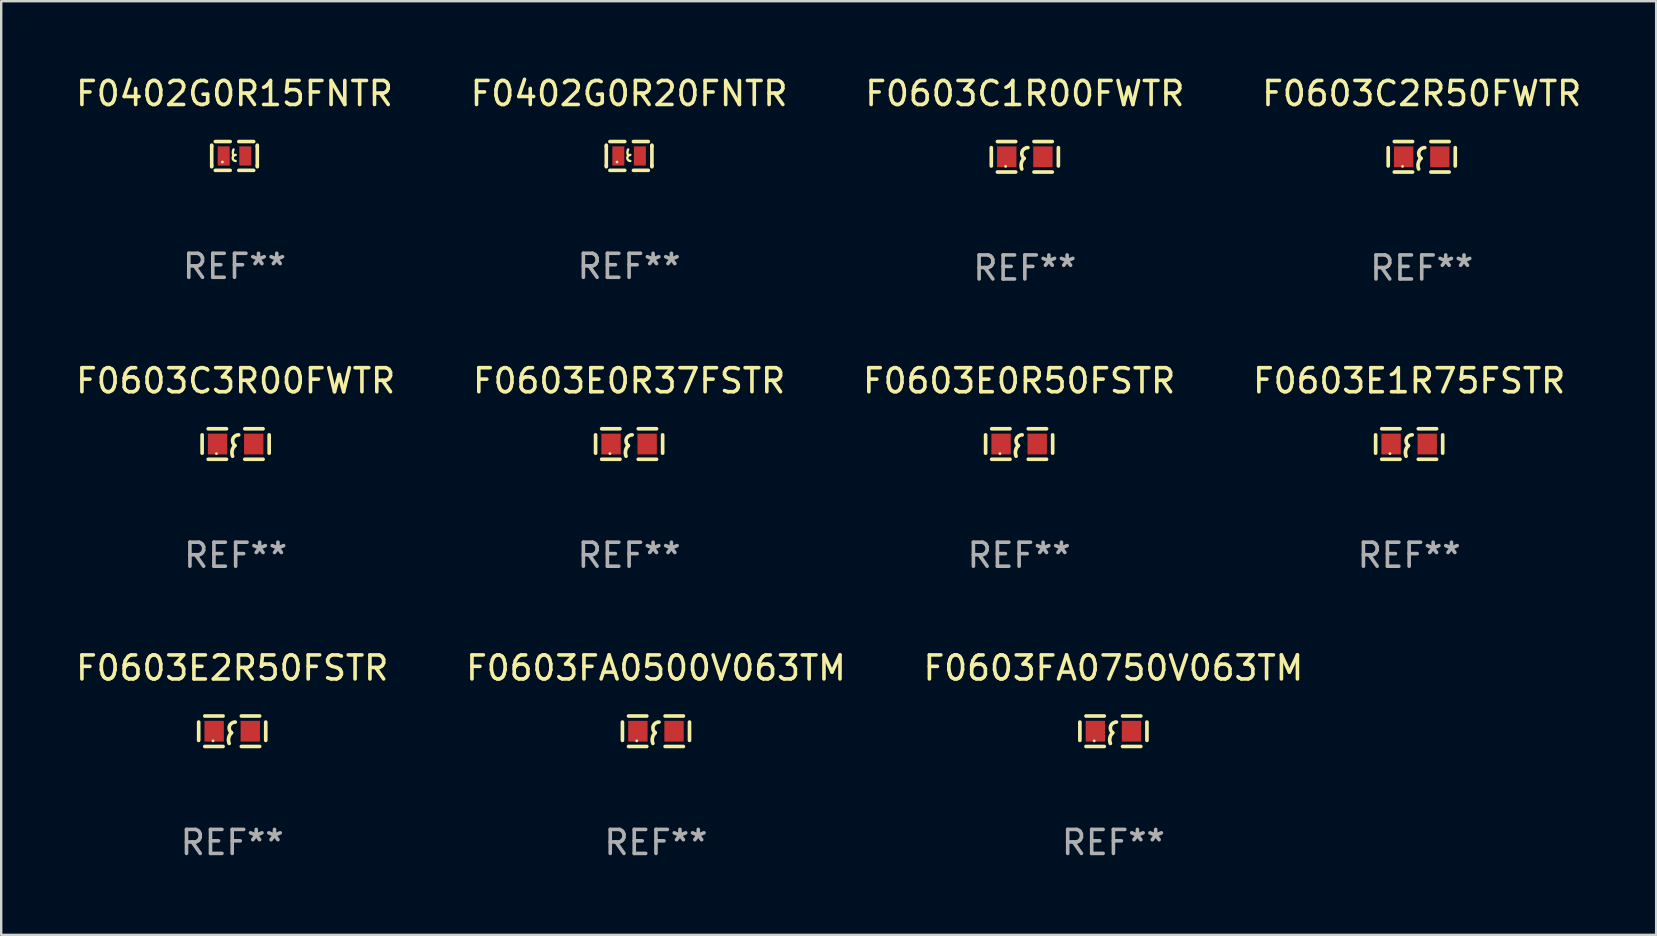
<source format=kicad_pcb>
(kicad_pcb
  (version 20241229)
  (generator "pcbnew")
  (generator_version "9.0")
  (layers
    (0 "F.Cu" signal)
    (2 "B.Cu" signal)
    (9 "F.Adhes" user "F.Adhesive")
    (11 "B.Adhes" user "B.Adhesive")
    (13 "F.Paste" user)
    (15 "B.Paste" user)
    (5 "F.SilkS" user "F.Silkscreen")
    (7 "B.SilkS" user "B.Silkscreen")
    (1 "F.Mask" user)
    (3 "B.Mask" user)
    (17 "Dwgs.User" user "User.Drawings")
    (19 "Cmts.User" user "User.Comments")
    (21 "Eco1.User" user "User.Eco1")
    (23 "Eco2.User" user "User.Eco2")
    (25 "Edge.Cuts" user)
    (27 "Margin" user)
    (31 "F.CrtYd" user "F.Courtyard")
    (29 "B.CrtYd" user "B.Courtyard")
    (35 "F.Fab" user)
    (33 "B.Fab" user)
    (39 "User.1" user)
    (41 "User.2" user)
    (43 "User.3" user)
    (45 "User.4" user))
  (footprint "F0402G0R15FNTR"
    (layer "F.Cu")
    (at 6.72 3.448)
    (property "Reference" "F0402G0R15FNTR" (at 0 -2.6 0) (layer "F.SilkS") (effects (font (size 1 1) (thickness 0.15))))
    (attr through_hole)
    (fp_line (start -0.95 -0.45) (end -0.95 -0.4) (stroke (width 0.15) (type solid)) (layer "F.SilkS"))
    (fp_line (start -0.95 -0.4) (end -0.95 0.4) (stroke (width 0.15) (type solid)) (layer "F.SilkS"))
    (fp_line (start -0.95 0.45) (end -0.95 0.4) (stroke (width 0.15) (type solid)) (layer "F.SilkS"))
    (fp_line (start -0.18 -0.6) (end -0.8 -0.6) (stroke (width 0.15) (type solid)) (layer "F.SilkS"))
    (fp_line (start -0.18 0.6) (end -0.8 0.6) (stroke (width 0.15) (type solid)) (layer "F.SilkS"))
    (fp_line (start 0.18 -0.6) (end 0.8 -0.6) (stroke (width 0.15) (type solid)) (layer "F.SilkS"))
    (fp_line (start 0.18 0.6) (end 0.8 0.6) (stroke (width 0.15) (type solid)) (layer "F.SilkS"))
    (fp_line (start 0.95 -0.45) (end 0.95 -0.4) (stroke (width 0.15) (type solid)) (layer "F.SilkS"))
    (fp_line (start 0.95 -0.4) (end 0.95 0.4) (stroke (width 0.15) (type solid)) (layer "F.SilkS"))
    (fp_line (start 0.95 0.45) (end 0.95 0.4) (stroke (width 0.15) (type solid)) (layer "F.SilkS"))
    (fp_arc (start -0.039942 -0.016052) (mid -0.069923 -0.143053) (end -0.039942 -0.270053) (stroke (width 0.1) (type solid)) (layer "F.SilkS"))
    (fp_arc (start 0.050076 0.209957) (mid -0.076924 0.082957) (end 0.050076 -0.044043) (stroke (width 0.1) (type solid)) (layer "F.SilkS"))
    (fp_circle (center -0.505 0.253) (end -0.475 0.253) (stroke (width 0.06) (type solid)) (fill no) (layer "F.SilkS"))
    (fp_text user "REF**" (at 0 4.6 0) (layer "F.Fab") (effects (font (size 1 1) (thickness 0.15))))
    (pad "1" smd rect (at -0.45 -0.000051) (size 0.5 0.8) (layers "F.Cu" "F.Mask" "F.Paste"))
    (pad "2" smd rect (at 0.45 -0.000051) (size 0.5 0.8) (layers "F.Cu" "F.Mask" "F.Paste")))
  (footprint "F0603C2R50FWTR"
    (layer "F.Cu")
    (at 56.185 3.483)
    (property "Reference" "F0603C2R50FWTR" (at 0 -2.635 0) (layer "F.SilkS") (effects (font (size 1 1) (thickness 0.15))))
    (attr through_hole)
    (fp_line (start -1.397 -0.381) (end -1.397 0.381) (stroke (width 0.152) (type solid)) (layer "F.SilkS"))
    (fp_line (start -0.381 -0.635) (end -1.143 -0.635) (stroke (width 0.152) (type solid)) (layer "F.SilkS"))
    (fp_line (start -0.381 0.635) (end -1.143 0.635) (stroke (width 0.152) (type solid)) (layer "F.SilkS"))
    (fp_line (start 0.381 -0.635) (end 1.143 -0.635) (stroke (width 0.152) (type solid)) (layer "F.SilkS"))
    (fp_line (start 0.381 0.635) (end 1.143 0.635) (stroke (width 0.152) (type solid)) (layer "F.SilkS"))
    (fp_line (start 1.397 -0.381) (end 1.397 0.381) (stroke (width 0.152) (type solid)) (layer "F.SilkS"))
    (fp_arc (start -0.127 0.508001) (mid -0.146523 0.271131) (end -0.030861 0.0635) (stroke (width 0.151994) (type solid)) (layer "F.SilkS"))
    (fp_arc (start -0.03175 0.0635) (mid -0.113571 -0.216321) (end 0.127001 -0.381002) (stroke (width 0.151994) (type solid)) (layer "F.SilkS"))
    (fp_circle (center -0.8 0.4) (end -0.77 0.4) (stroke (width 0.06) (type solid)) (fill no) (layer "F.SilkS"))
    (fp_text user "REF**" (at 0 4.635 0) (layer "F.Fab") (effects (font (size 1 1) (thickness 0.15))))
    (pad "1" smd rect (at -0.753 0) (size 0.806 0.864) (layers "F.Cu" "F.Mask" "F.Paste"))
    (pad "2" smd rect (at 0.753 0) (size 0.806 0.864) (layers "F.Cu" "F.Mask" "F.Paste")))
  (footprint "F0603E0R37FSTR"
    (layer "F.Cu")
    (at 23.161 15.45)
    (property "Reference" "F0603E0R37FSTR" (at 0 -2.635 0) (layer "F.SilkS") (effects (font (size 1 1) (thickness 0.15))))
    (attr through_hole)
    (fp_line (start -1.397 -0.381) (end -1.397 0.381) (stroke (width 0.152) (type solid)) (layer "F.SilkS"))
    (fp_line (start -0.381 -0.635) (end -1.143 -0.635) (stroke (width 0.152) (type solid)) (layer "F.SilkS"))
    (fp_line (start -0.381 0.635) (end -1.143 0.635) (stroke (width 0.152) (type solid)) (layer "F.SilkS"))
    (fp_line (start 0.381 -0.635) (end 1.143 -0.635) (stroke (width 0.152) (type solid)) (layer "F.SilkS"))
    (fp_line (start 0.381 0.635) (end 1.143 0.635) (stroke (width 0.152) (type solid)) (layer "F.SilkS"))
    (fp_line (start 1.397 -0.381) (end 1.397 0.381) (stroke (width 0.152) (type solid)) (layer "F.SilkS"))
    (fp_arc (start -0.127 0.508001) (mid -0.146523 0.271131) (end -0.030861 0.0635) (stroke (width 0.151994) (type solid)) (layer "F.SilkS"))
    (fp_arc (start -0.03175 0.0635) (mid -0.113571 -0.216321) (end 0.127001 -0.381002) (stroke (width 0.151994) (type solid)) (layer "F.SilkS"))
    (fp_circle (center -0.8 0.4) (end -0.77 0.4) (stroke (width 0.06) (type solid)) (fill no) (layer "F.SilkS"))
    (fp_text user "REF**" (at 0 4.635 0) (layer "F.Fab") (effects (font (size 1 1) (thickness 0.15))))
    (pad "1" smd rect (at -0.753 0) (size 0.806 0.864) (layers "F.Cu" "F.Mask" "F.Paste"))
    (pad "2" smd rect (at 0.753 0) (size 0.806 0.864) (layers "F.Cu" "F.Mask" "F.Paste")))
  (footprint "F0603C3R00FWTR"
    (layer "F.Cu")
    (at 6.768 15.45)
    (property "Reference" "F0603C3R00FWTR" (at 0 -2.635 0) (layer "F.SilkS") (effects (font (size 1 1) (thickness 0.15))))
    (attr through_hole)
    (fp_line (start -1.397 -0.381) (end -1.397 0.381) (stroke (width 0.152) (type solid)) (layer "F.SilkS"))
    (fp_line (start -0.381 -0.635) (end -1.143 -0.635) (stroke (width 0.152) (type solid)) (layer "F.SilkS"))
    (fp_line (start -0.381 0.635) (end -1.143 0.635) (stroke (width 0.152) (type solid)) (layer "F.SilkS"))
    (fp_line (start 0.381 -0.635) (end 1.143 -0.635) (stroke (width 0.152) (type solid)) (layer "F.SilkS"))
    (fp_line (start 0.381 0.635) (end 1.143 0.635) (stroke (width 0.152) (type solid)) (layer "F.SilkS"))
    (fp_line (start 1.397 -0.381) (end 1.397 0.381) (stroke (width 0.152) (type solid)) (layer "F.SilkS"))
    (fp_arc (start -0.127 0.508001) (mid -0.146523 0.271131) (end -0.030861 0.0635) (stroke (width 0.151994) (type solid)) (layer "F.SilkS"))
    (fp_arc (start -0.03175 0.0635) (mid -0.113571 -0.216321) (end 0.127001 -0.381002) (stroke (width 0.151994) (type solid)) (layer "F.SilkS"))
    (fp_circle (center -0.8 0.4) (end -0.77 0.4) (stroke (width 0.06) (type solid)) (fill no) (layer "F.SilkS"))
    (fp_text user "REF**" (at 0 4.635 0) (layer "F.Fab") (effects (font (size 1 1) (thickness 0.15))))
    (pad "1" smd rect (at -0.753 0) (size 0.806 0.864) (layers "F.Cu" "F.Mask" "F.Paste"))
    (pad "2" smd rect (at 0.753 0) (size 0.806 0.864) (layers "F.Cu" "F.Mask" "F.Paste")))
  (footprint "F0603E1R75FSTR"
    (layer "F.Cu")
    (at 55.661 15.45)
    (property "Reference" "F0603E1R75FSTR" (at 0 -2.635 0) (layer "F.SilkS") (effects (font (size 1 1) (thickness 0.15))))
    (attr through_hole)
    (fp_line (start -1.397 -0.381) (end -1.397 0.381) (stroke (width 0.152) (type solid)) (layer "F.SilkS"))
    (fp_line (start -0.381 -0.635) (end -1.143 -0.635) (stroke (width 0.152) (type solid)) (layer "F.SilkS"))
    (fp_line (start -0.381 0.635) (end -1.143 0.635) (stroke (width 0.152) (type solid)) (layer "F.SilkS"))
    (fp_line (start 0.381 -0.635) (end 1.143 -0.635) (stroke (width 0.152) (type solid)) (layer "F.SilkS"))
    (fp_line (start 0.381 0.635) (end 1.143 0.635) (stroke (width 0.152) (type solid)) (layer "F.SilkS"))
    (fp_line (start 1.397 -0.381) (end 1.397 0.381) (stroke (width 0.152) (type solid)) (layer "F.SilkS"))
    (fp_arc (start -0.127 0.508001) (mid -0.146523 0.271131) (end -0.030861 0.0635) (stroke (width 0.151994) (type solid)) (layer "F.SilkS"))
    (fp_arc (start -0.03175 0.0635) (mid -0.113571 -0.216321) (end 0.127001 -0.381002) (stroke (width 0.151994) (type solid)) (layer "F.SilkS"))
    (fp_circle (center -0.8 0.4) (end -0.77 0.4) (stroke (width 0.06) (type solid)) (fill no) (layer "F.SilkS"))
    (fp_text user "REF**" (at 0 4.635 0) (layer "F.Fab") (effects (font (size 1 1) (thickness 0.15))))
    (pad "1" smd rect (at -0.753 0) (size 0.806 0.864) (layers "F.Cu" "F.Mask" "F.Paste"))
    (pad "2" smd rect (at 0.753 0) (size 0.806 0.864) (layers "F.Cu" "F.Mask" "F.Paste")))
  (footprint "F0402G0R20FNTR"
    (layer "F.Cu")
    (at 23.161 3.448)
    (property "Reference" "F0402G0R20FNTR" (at 0 -2.6 0) (layer "F.SilkS") (effects (font (size 1 1) (thickness 0.15))))
    (attr through_hole)
    (fp_line (start -0.95 -0.45) (end -0.95 -0.4) (stroke (width 0.15) (type solid)) (layer "F.SilkS"))
    (fp_line (start -0.95 -0.4) (end -0.95 0.4) (stroke (width 0.15) (type solid)) (layer "F.SilkS"))
    (fp_line (start -0.95 0.45) (end -0.95 0.4) (stroke (width 0.15) (type solid)) (layer "F.SilkS"))
    (fp_line (start -0.18 -0.6) (end -0.8 -0.6) (stroke (width 0.15) (type solid)) (layer "F.SilkS"))
    (fp_line (start -0.18 0.6) (end -0.8 0.6) (stroke (width 0.15) (type solid)) (layer "F.SilkS"))
    (fp_line (start 0.18 -0.6) (end 0.8 -0.6) (stroke (width 0.15) (type solid)) (layer "F.SilkS"))
    (fp_line (start 0.18 0.6) (end 0.8 0.6) (stroke (width 0.15) (type solid)) (layer "F.SilkS"))
    (fp_line (start 0.95 -0.45) (end 0.95 -0.4) (stroke (width 0.15) (type solid)) (layer "F.SilkS"))
    (fp_line (start 0.95 -0.4) (end 0.95 0.4) (stroke (width 0.15) (type solid)) (layer "F.SilkS"))
    (fp_line (start 0.95 0.45) (end 0.95 0.4) (stroke (width 0.15) (type solid)) (layer "F.SilkS"))
    (fp_arc (start -0.039942 -0.016052) (mid -0.069923 -0.143053) (end -0.039942 -0.270053) (stroke (width 0.1) (type solid)) (layer "F.SilkS"))
    (fp_arc (start 0.050076 0.209957) (mid -0.076924 0.082957) (end 0.050076 -0.044043) (stroke (width 0.1) (type solid)) (layer "F.SilkS"))
    (fp_circle (center -0.505 0.253) (end -0.475 0.253) (stroke (width 0.06) (type solid)) (fill no) (layer "F.SilkS"))
    (fp_text user "REF**" (at 0 4.6 0) (layer "F.Fab") (effects (font (size 1 1) (thickness 0.15))))
    (pad "1" smd rect (at -0.45 -0.000051) (size 0.5 0.8) (layers "F.Cu" "F.Mask" "F.Paste"))
    (pad "2" smd rect (at 0.45 -0.000051) (size 0.5 0.8) (layers "F.Cu" "F.Mask" "F.Paste")))
  (footprint "F0603E2R50FSTR"
    (layer "F.Cu")
    (at 6.625 27.416)
    (property "Reference" "F0603E2R50FSTR" (at 0 -2.635 0) (layer "F.SilkS") (effects (font (size 1 1) (thickness 0.15))))
    (attr through_hole)
    (fp_line (start -1.397 -0.381) (end -1.397 0.381) (stroke (width 0.152) (type solid)) (layer "F.SilkS"))
    (fp_line (start -0.381 -0.635) (end -1.143 -0.635) (stroke (width 0.152) (type solid)) (layer "F.SilkS"))
    (fp_line (start -0.381 0.635) (end -1.143 0.635) (stroke (width 0.152) (type solid)) (layer "F.SilkS"))
    (fp_line (start 0.381 -0.635) (end 1.143 -0.635) (stroke (width 0.152) (type solid)) (layer "F.SilkS"))
    (fp_line (start 0.381 0.635) (end 1.143 0.635) (stroke (width 0.152) (type solid)) (layer "F.SilkS"))
    (fp_line (start 1.397 -0.381) (end 1.397 0.381) (stroke (width 0.152) (type solid)) (layer "F.SilkS"))
    (fp_arc (start -0.127 0.508001) (mid -0.146523 0.271131) (end -0.030861 0.0635) (stroke (width 0.151994) (type solid)) (layer "F.SilkS"))
    (fp_arc (start -0.03175 0.0635) (mid -0.113571 -0.216321) (end 0.127001 -0.381002) (stroke (width 0.151994) (type solid)) (layer "F.SilkS"))
    (fp_circle (center -0.8 0.4) (end -0.77 0.4) (stroke (width 0.06) (type solid)) (fill no) (layer "F.SilkS"))
    (fp_text user "REF**" (at 0 4.635 0) (layer "F.Fab") (effects (font (size 1 1) (thickness 0.15))))
    (pad "1" smd rect (at -0.753 0) (size 0.806 0.864) (layers "F.Cu" "F.Mask" "F.Paste"))
    (pad "2" smd rect (at 0.753 0) (size 0.806 0.864) (layers "F.Cu" "F.Mask" "F.Paste")))
  (footprint "F0603E0R50FSTR"
    (layer "F.Cu")
    (at 39.411 15.45)
    (property "Reference" "F0603E0R50FSTR" (at 0 -2.635 0) (layer "F.SilkS") (effects (font (size 1 1) (thickness 0.15))))
    (attr through_hole)
    (fp_line (start -1.397 -0.381) (end -1.397 0.381) (stroke (width 0.152) (type solid)) (layer "F.SilkS"))
    (fp_line (start -0.381 -0.635) (end -1.143 -0.635) (stroke (width 0.152) (type solid)) (layer "F.SilkS"))
    (fp_line (start -0.381 0.635) (end -1.143 0.635) (stroke (width 0.152) (type solid)) (layer "F.SilkS"))
    (fp_line (start 0.381 -0.635) (end 1.143 -0.635) (stroke (width 0.152) (type solid)) (layer "F.SilkS"))
    (fp_line (start 0.381 0.635) (end 1.143 0.635) (stroke (width 0.152) (type solid)) (layer "F.SilkS"))
    (fp_line (start 1.397 -0.381) (end 1.397 0.381) (stroke (width 0.152) (type solid)) (layer "F.SilkS"))
    (fp_arc (start -0.127 0.508001) (mid -0.146523 0.271131) (end -0.030861 0.0635) (stroke (width 0.151994) (type solid)) (layer "F.SilkS"))
    (fp_arc (start -0.03175 0.0635) (mid -0.113571 -0.216321) (end 0.127001 -0.381002) (stroke (width 0.151994) (type solid)) (layer "F.SilkS"))
    (fp_circle (center -0.8 0.4) (end -0.77 0.4) (stroke (width 0.06) (type solid)) (fill no) (layer "F.SilkS"))
    (fp_text user "REF**" (at 0 4.635 0) (layer "F.Fab") (effects (font (size 1 1) (thickness 0.15))))
    (pad "1" smd rect (at -0.753 0) (size 0.806 0.864) (layers "F.Cu" "F.Mask" "F.Paste"))
    (pad "2" smd rect (at 0.753 0) (size 0.806 0.864) (layers "F.Cu" "F.Mask" "F.Paste")))
  (footprint "F0603C1R00FWTR"
    (layer "F.Cu")
    (at 39.649 3.483)
    (property "Reference" "F0603C1R00FWTR" (at 0 -2.635 0) (layer "F.SilkS") (effects (font (size 1 1) (thickness 0.15))))
    (attr through_hole)
    (fp_line (start -1.397 -0.381) (end -1.397 0.381) (stroke (width 0.152) (type solid)) (layer "F.SilkS"))
    (fp_line (start -0.381 -0.635) (end -1.143 -0.635) (stroke (width 0.152) (type solid)) (layer "F.SilkS"))
    (fp_line (start -0.381 0.635) (end -1.143 0.635) (stroke (width 0.152) (type solid)) (layer "F.SilkS"))
    (fp_line (start 0.381 -0.635) (end 1.143 -0.635) (stroke (width 0.152) (type solid)) (layer "F.SilkS"))
    (fp_line (start 0.381 0.635) (end 1.143 0.635) (stroke (width 0.152) (type solid)) (layer "F.SilkS"))
    (fp_line (start 1.397 -0.381) (end 1.397 0.381) (stroke (width 0.152) (type solid)) (layer "F.SilkS"))
    (fp_arc (start -0.127 0.508001) (mid -0.146523 0.271131) (end -0.030861 0.0635) (stroke (width 0.151994) (type solid)) (layer "F.SilkS"))
    (fp_arc (start -0.03175 0.0635) (mid -0.113571 -0.216321) (end 0.127001 -0.381002) (stroke (width 0.151994) (type solid)) (layer "F.SilkS"))
    (fp_circle (center -0.8 0.4) (end -0.77 0.4) (stroke (width 0.06) (type solid)) (fill no) (layer "F.SilkS"))
    (fp_text user "REF**" (at 0 4.635 0) (layer "F.Fab") (effects (font (size 1 1) (thickness 0.15))))
    (pad "1" smd rect (at -0.753 0) (size 0.806 0.864) (layers "F.Cu" "F.Mask" "F.Paste"))
    (pad "2" smd rect (at 0.753 0) (size 0.806 0.864) (layers "F.Cu" "F.Mask" "F.Paste")))
  (footprint "F0603FA0750V063TM"
    (layer "F.Cu")
    (at 43.339 27.416)
    (property "Reference" "F0603FA0750V063TM" (at 0 -2.635 0) (layer "F.SilkS") (effects (font (size 1 1) (thickness 0.15))))
    (attr through_hole)
    (fp_line (start -1.397 -0.381) (end -1.397 0.381) (stroke (width 0.152) (type solid)) (layer "F.SilkS"))
    (fp_line (start -0.381 -0.635) (end -1.143 -0.635) (stroke (width 0.152) (type solid)) (layer "F.SilkS"))
    (fp_line (start -0.381 0.635) (end -1.143 0.635) (stroke (width 0.152) (type solid)) (layer "F.SilkS"))
    (fp_line (start 0.381 -0.635) (end 1.143 -0.635) (stroke (width 0.152) (type solid)) (layer "F.SilkS"))
    (fp_line (start 0.381 0.635) (end 1.143 0.635) (stroke (width 0.152) (type solid)) (layer "F.SilkS"))
    (fp_line (start 1.397 -0.381) (end 1.397 0.381) (stroke (width 0.152) (type solid)) (layer "F.SilkS"))
    (fp_arc (start -0.127 0.508001) (mid -0.146523 0.271131) (end -0.030861 0.0635) (stroke (width 0.151994) (type solid)) (layer "F.SilkS"))
    (fp_arc (start -0.03175 0.0635) (mid -0.113571 -0.216321) (end 0.127001 -0.381002) (stroke (width 0.151994) (type solid)) (layer "F.SilkS"))
    (fp_circle (center -0.8 0.4) (end -0.77 0.4) (stroke (width 0.06) (type solid)) (fill no) (layer "F.SilkS"))
    (fp_text user "REF**" (at 0 4.635 0) (layer "F.Fab") (effects (font (size 1 1) (thickness 0.15))))
    (pad "1" smd rect (at -0.753 0) (size 0.806 0.864) (layers "F.Cu" "F.Mask" "F.Paste"))
    (pad "2" smd rect (at 0.753 0) (size 0.806 0.864) (layers "F.Cu" "F.Mask" "F.Paste")))
  (footprint "F0603FA0500V063TM"
    (layer "F.Cu")
    (at 24.28 27.416)
    (property "Reference" "F0603FA0500V063TM" (at 0 -2.635 0) (layer "F.SilkS") (effects (font (size 1 1) (thickness 0.15))))
    (attr through_hole)
    (fp_line (start -1.397 -0.381) (end -1.397 0.381) (stroke (width 0.152) (type solid)) (layer "F.SilkS"))
    (fp_line (start -0.381 -0.635) (end -1.143 -0.635) (stroke (width 0.152) (type solid)) (layer "F.SilkS"))
    (fp_line (start -0.381 0.635) (end -1.143 0.635) (stroke (width 0.152) (type solid)) (layer "F.SilkS"))
    (fp_line (start 0.381 -0.635) (end 1.143 -0.635) (stroke (width 0.152) (type solid)) (layer "F.SilkS"))
    (fp_line (start 0.381 0.635) (end 1.143 0.635) (stroke (width 0.152) (type solid)) (layer "F.SilkS"))
    (fp_line (start 1.397 -0.381) (end 1.397 0.381) (stroke (width 0.152) (type solid)) (layer "F.SilkS"))
    (fp_arc (start -0.127 0.508001) (mid -0.146523 0.271131) (end -0.030861 0.0635) (stroke (width 0.151994) (type solid)) (layer "F.SilkS"))
    (fp_arc (start -0.03175 0.0635) (mid -0.113571 -0.216321) (end 0.127001 -0.381002) (stroke (width 0.151994) (type solid)) (layer "F.SilkS"))
    (fp_circle (center -0.8 0.4) (end -0.77 0.4) (stroke (width 0.06) (type solid)) (fill no) (layer "F.SilkS"))
    (fp_text user "REF**" (at 0 4.635 0) (layer "F.Fab") (effects (font (size 1 1) (thickness 0.15))))
    (pad "1" smd rect (at -0.753 0) (size 0.806 0.864) (layers "F.Cu" "F.Mask" "F.Paste"))
    (pad "2" smd rect (at 0.753 0) (size 0.806 0.864) (layers "F.Cu" "F.Mask" "F.Paste")))
  (gr_rect
    (start -3 -3)
    (end 65.952 35.9)
    (stroke (width 0.1) (type default))
    (fill no)
    (layer "Edge.Cuts")))
</source>
